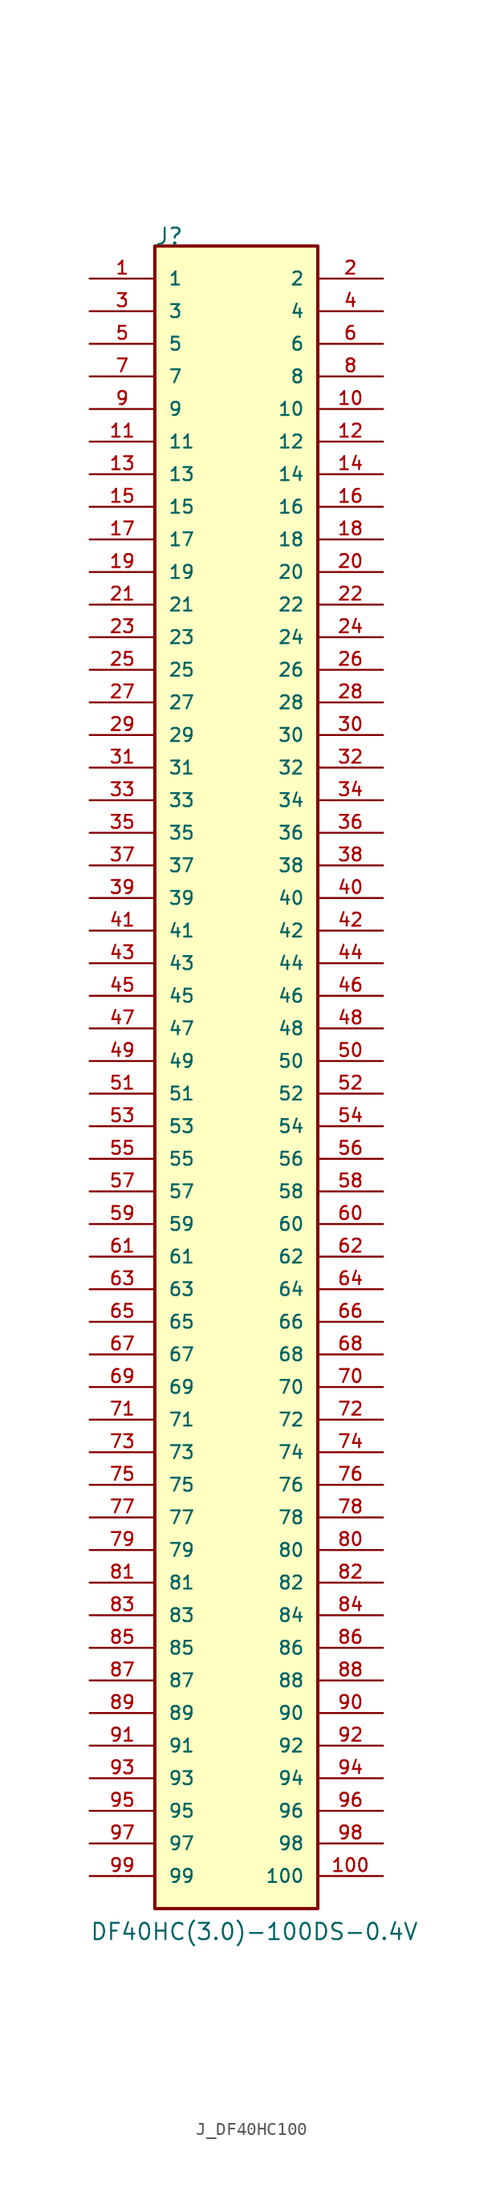
<source format=kicad_sym>
(kicad_symbol_lib
  (version 20220914)
  (generator kicad_symbol_editor)
  (symbol "J_DF40HC100"
    (pin_names
      (offset 1.016))
    (property "Reference" "J"
      (at 0 2.54 0)
      (effects (font (size 1.27 1.27)) (justify left bottom)))
    (property "Value" "DF40HC(3.0)-100DS-0.4V"
      (at -5.08 -129.54 0)
      (effects (font (size 1.27 1.27)) (justify left bottom)))
    (symbol "J_DF40HC100_0_0"
      (rectangle (start 0 2.54) (end 12.7 -127) (stroke (width 0.254) (type default)) (fill (type background)))
      (pin bidirectional line (at -5.08 0 0) (length 5.08) (name "1" (effects (font (size 1.016 1.016)))) (number "1" (effects (font (size 1.016 1.016)))))
      (pin bidirectional line (at 17.78 -10.16 180) (length 5.08) (name "10" (effects (font (size 1.016 1.016)))) (number "10" (effects (font (size 1.016 1.016)))))
      (pin bidirectional line (at 17.78 -124.46 180) (length 5.08) (name "100" (effects (font (size 1.016 1.016)))) (number "100" (effects (font (size 1.016 1.016)))))
      (pin bidirectional line (at -5.08 -12.7 0) (length 5.08) (name "11" (effects (font (size 1.016 1.016)))) (number "11" (effects (font (size 1.016 1.016)))))
      (pin bidirectional line (at 17.78 -12.7 180) (length 5.08) (name "12" (effects (font (size 1.016 1.016)))) (number "12" (effects (font (size 1.016 1.016)))))
      (pin bidirectional line (at -5.08 -15.24 0) (length 5.08) (name "13" (effects (font (size 1.016 1.016)))) (number "13" (effects (font (size 1.016 1.016)))))
      (pin bidirectional line (at 17.78 -15.24 180) (length 5.08) (name "14" (effects (font (size 1.016 1.016)))) (number "14" (effects (font (size 1.016 1.016)))))
      (pin bidirectional line (at -5.08 -17.78 0) (length 5.08) (name "15" (effects (font (size 1.016 1.016)))) (number "15" (effects (font (size 1.016 1.016)))))
      (pin bidirectional line (at 17.78 -17.78 180) (length 5.08) (name "16" (effects (font (size 1.016 1.016)))) (number "16" (effects (font (size 1.016 1.016)))))
      (pin bidirectional line (at -5.08 -20.32 0) (length 5.08) (name "17" (effects (font (size 1.016 1.016)))) (number "17" (effects (font (size 1.016 1.016)))))
      (pin bidirectional line (at 17.78 -20.32 180) (length 5.08) (name "18" (effects (font (size 1.016 1.016)))) (number "18" (effects (font (size 1.016 1.016)))))
      (pin bidirectional line (at -5.08 -22.86 0) (length 5.08) (name "19" (effects (font (size 1.016 1.016)))) (number "19" (effects (font (size 1.016 1.016)))))
      (pin bidirectional line (at 17.78 0 180) (length 5.08) (name "2" (effects (font (size 1.016 1.016)))) (number "2" (effects (font (size 1.016 1.016)))))
      (pin bidirectional line (at 17.78 -22.86 180) (length 5.08) (name "20" (effects (font (size 1.016 1.016)))) (number "20" (effects (font (size 1.016 1.016)))))
      (pin bidirectional line (at -5.08 -25.4 0) (length 5.08) (name "21" (effects (font (size 1.016 1.016)))) (number "21" (effects (font (size 1.016 1.016)))))
      (pin bidirectional line (at 17.78 -25.4 180) (length 5.08) (name "22" (effects (font (size 1.016 1.016)))) (number "22" (effects (font (size 1.016 1.016)))))
      (pin bidirectional line (at -5.08 -27.94 0) (length 5.08) (name "23" (effects (font (size 1.016 1.016)))) (number "23" (effects (font (size 1.016 1.016)))))
      (pin bidirectional line (at 17.78 -27.94 180) (length 5.08) (name "24" (effects (font (size 1.016 1.016)))) (number "24" (effects (font (size 1.016 1.016)))))
      (pin bidirectional line (at -5.08 -30.48 0) (length 5.08) (name "25" (effects (font (size 1.016 1.016)))) (number "25" (effects (font (size 1.016 1.016)))))
      (pin bidirectional line (at 17.78 -30.48 180) (length 5.08) (name "26" (effects (font (size 1.016 1.016)))) (number "26" (effects (font (size 1.016 1.016)))))
      (pin bidirectional line (at -5.08 -33.02 0) (length 5.08) (name "27" (effects (font (size 1.016 1.016)))) (number "27" (effects (font (size 1.016 1.016)))))
      (pin bidirectional line (at 17.78 -33.02 180) (length 5.08) (name "28" (effects (font (size 1.016 1.016)))) (number "28" (effects (font (size 1.016 1.016)))))
      (pin bidirectional line (at -5.08 -35.56 0) (length 5.08) (name "29" (effects (font (size 1.016 1.016)))) (number "29" (effects (font (size 1.016 1.016)))))
      (pin bidirectional line (at -5.08 -2.54 0) (length 5.08) (name "3" (effects (font (size 1.016 1.016)))) (number "3" (effects (font (size 1.016 1.016)))))
      (pin bidirectional line (at 17.78 -35.56 180) (length 5.08) (name "30" (effects (font (size 1.016 1.016)))) (number "30" (effects (font (size 1.016 1.016)))))
      (pin bidirectional line (at -5.08 -38.1 0) (length 5.08) (name "31" (effects (font (size 1.016 1.016)))) (number "31" (effects (font (size 1.016 1.016)))))
      (pin bidirectional line (at 17.78 -38.1 180) (length 5.08) (name "32" (effects (font (size 1.016 1.016)))) (number "32" (effects (font (size 1.016 1.016)))))
      (pin bidirectional line (at -5.08 -40.64 0) (length 5.08) (name "33" (effects (font (size 1.016 1.016)))) (number "33" (effects (font (size 1.016 1.016)))))
      (pin bidirectional line (at 17.78 -40.64 180) (length 5.08) (name "34" (effects (font (size 1.016 1.016)))) (number "34" (effects (font (size 1.016 1.016)))))
      (pin bidirectional line (at -5.08 -43.18 0) (length 5.08) (name "35" (effects (font (size 1.016 1.016)))) (number "35" (effects (font (size 1.016 1.016)))))
      (pin bidirectional line (at 17.78 -43.18 180) (length 5.08) (name "36" (effects (font (size 1.016 1.016)))) (number "36" (effects (font (size 1.016 1.016)))))
      (pin bidirectional line (at -5.08 -45.72 0) (length 5.08) (name "37" (effects (font (size 1.016 1.016)))) (number "37" (effects (font (size 1.016 1.016)))))
      (pin bidirectional line (at 17.78 -45.72 180) (length 5.08) (name "38" (effects (font (size 1.016 1.016)))) (number "38" (effects (font (size 1.016 1.016)))))
      (pin bidirectional line (at -5.08 -48.26 0) (length 5.08) (name "39" (effects (font (size 1.016 1.016)))) (number "39" (effects (font (size 1.016 1.016)))))
      (pin bidirectional line (at 17.78 -2.54 180) (length 5.08) (name "4" (effects (font (size 1.016 1.016)))) (number "4" (effects (font (size 1.016 1.016)))))
      (pin bidirectional line (at 17.78 -48.26 180) (length 5.08) (name "40" (effects (font (size 1.016 1.016)))) (number "40" (effects (font (size 1.016 1.016)))))
      (pin bidirectional line (at -5.08 -50.8 0) (length 5.08) (name "41" (effects (font (size 1.016 1.016)))) (number "41" (effects (font (size 1.016 1.016)))))
      (pin bidirectional line (at 17.78 -50.8 180) (length 5.08) (name "42" (effects (font (size 1.016 1.016)))) (number "42" (effects (font (size 1.016 1.016)))))
      (pin bidirectional line (at -5.08 -53.34 0) (length 5.08) (name "43" (effects (font (size 1.016 1.016)))) (number "43" (effects (font (size 1.016 1.016)))))
      (pin bidirectional line (at 17.78 -53.34 180) (length 5.08) (name "44" (effects (font (size 1.016 1.016)))) (number "44" (effects (font (size 1.016 1.016)))))
      (pin bidirectional line (at -5.08 -55.88 0) (length 5.08) (name "45" (effects (font (size 1.016 1.016)))) (number "45" (effects (font (size 1.016 1.016)))))
      (pin bidirectional line (at 17.78 -55.88 180) (length 5.08) (name "46" (effects (font (size 1.016 1.016)))) (number "46" (effects (font (size 1.016 1.016)))))
      (pin bidirectional line (at -5.08 -58.42 0) (length 5.08) (name "47" (effects (font (size 1.016 1.016)))) (number "47" (effects (font (size 1.016 1.016)))))
      (pin bidirectional line (at 17.78 -58.42 180) (length 5.08) (name "48" (effects (font (size 1.016 1.016)))) (number "48" (effects (font (size 1.016 1.016)))))
      (pin bidirectional line (at -5.08 -60.96 0) (length 5.08) (name "49" (effects (font (size 1.016 1.016)))) (number "49" (effects (font (size 1.016 1.016)))))
      (pin bidirectional line (at -5.08 -5.08 0) (length 5.08) (name "5" (effects (font (size 1.016 1.016)))) (number "5" (effects (font (size 1.016 1.016)))))
      (pin bidirectional line (at 17.78 -60.96 180) (length 5.08) (name "50" (effects (font (size 1.016 1.016)))) (number "50" (effects (font (size 1.016 1.016)))))
      (pin bidirectional line (at -5.08 -63.5 0) (length 5.08) (name "51" (effects (font (size 1.016 1.016)))) (number "51" (effects (font (size 1.016 1.016)))))
      (pin bidirectional line (at 17.78 -63.5 180) (length 5.08) (name "52" (effects (font (size 1.016 1.016)))) (number "52" (effects (font (size 1.016 1.016)))))
      (pin bidirectional line (at -5.08 -66.04 0) (length 5.08) (name "53" (effects (font (size 1.016 1.016)))) (number "53" (effects (font (size 1.016 1.016)))))
      (pin bidirectional line (at 17.78 -66.04 180) (length 5.08) (name "54" (effects (font (size 1.016 1.016)))) (number "54" (effects (font (size 1.016 1.016)))))
      (pin bidirectional line (at -5.08 -68.58 0) (length 5.08) (name "55" (effects (font (size 1.016 1.016)))) (number "55" (effects (font (size 1.016 1.016)))))
      (pin bidirectional line (at 17.78 -68.58 180) (length 5.08) (name "56" (effects (font (size 1.016 1.016)))) (number "56" (effects (font (size 1.016 1.016)))))
      (pin bidirectional line (at -5.08 -71.12 0) (length 5.08) (name "57" (effects (font (size 1.016 1.016)))) (number "57" (effects (font (size 1.016 1.016)))))
      (pin bidirectional line (at 17.78 -71.12 180) (length 5.08) (name "58" (effects (font (size 1.016 1.016)))) (number "58" (effects (font (size 1.016 1.016)))))
      (pin bidirectional line (at -5.08 -73.66 0) (length 5.08) (name "59" (effects (font (size 1.016 1.016)))) (number "59" (effects (font (size 1.016 1.016)))))
      (pin bidirectional line (at 17.78 -5.08 180) (length 5.08) (name "6" (effects (font (size 1.016 1.016)))) (number "6" (effects (font (size 1.016 1.016)))))
      (pin bidirectional line (at 17.78 -73.66 180) (length 5.08) (name "60" (effects (font (size 1.016 1.016)))) (number "60" (effects (font (size 1.016 1.016)))))
      (pin bidirectional line (at -5.08 -76.2 0) (length 5.08) (name "61" (effects (font (size 1.016 1.016)))) (number "61" (effects (font (size 1.016 1.016)))))
      (pin bidirectional line (at 17.78 -76.2 180) (length 5.08) (name "62" (effects (font (size 1.016 1.016)))) (number "62" (effects (font (size 1.016 1.016)))))
      (pin bidirectional line (at -5.08 -78.74 0) (length 5.08) (name "63" (effects (font (size 1.016 1.016)))) (number "63" (effects (font (size 1.016 1.016)))))
      (pin bidirectional line (at 17.78 -78.74 180) (length 5.08) (name "64" (effects (font (size 1.016 1.016)))) (number "64" (effects (font (size 1.016 1.016)))))
      (pin bidirectional line (at -5.08 -81.28 0) (length 5.08) (name "65" (effects (font (size 1.016 1.016)))) (number "65" (effects (font (size 1.016 1.016)))))
      (pin bidirectional line (at 17.78 -81.28 180) (length 5.08) (name "66" (effects (font (size 1.016 1.016)))) (number "66" (effects (font (size 1.016 1.016)))))
      (pin bidirectional line (at -5.08 -83.82 0) (length 5.08) (name "67" (effects (font (size 1.016 1.016)))) (number "67" (effects (font (size 1.016 1.016)))))
      (pin bidirectional line (at 17.78 -83.82 180) (length 5.08) (name "68" (effects (font (size 1.016 1.016)))) (number "68" (effects (font (size 1.016 1.016)))))
      (pin bidirectional line (at -5.08 -86.36 0) (length 5.08) (name "69" (effects (font (size 1.016 1.016)))) (number "69" (effects (font (size 1.016 1.016)))))
      (pin bidirectional line (at -5.08 -7.62 0) (length 5.08) (name "7" (effects (font (size 1.016 1.016)))) (number "7" (effects (font (size 1.016 1.016)))))
      (pin bidirectional line (at 17.78 -86.36 180) (length 5.08) (name "70" (effects (font (size 1.016 1.016)))) (number "70" (effects (font (size 1.016 1.016)))))
      (pin bidirectional line (at -5.08 -88.9 0) (length 5.08) (name "71" (effects (font (size 1.016 1.016)))) (number "71" (effects (font (size 1.016 1.016)))))
      (pin bidirectional line (at 17.78 -88.9 180) (length 5.08) (name "72" (effects (font (size 1.016 1.016)))) (number "72" (effects (font (size 1.016 1.016)))))
      (pin bidirectional line (at -5.08 -91.44 0) (length 5.08) (name "73" (effects (font (size 1.016 1.016)))) (number "73" (effects (font (size 1.016 1.016)))))
      (pin bidirectional line (at 17.78 -91.44 180) (length 5.08) (name "74" (effects (font (size 1.016 1.016)))) (number "74" (effects (font (size 1.016 1.016)))))
      (pin bidirectional line (at -5.08 -93.98 0) (length 5.08) (name "75" (effects (font (size 1.016 1.016)))) (number "75" (effects (font (size 1.016 1.016)))))
      (pin bidirectional line (at 17.78 -93.98 180) (length 5.08) (name "76" (effects (font (size 1.016 1.016)))) (number "76" (effects (font (size 1.016 1.016)))))
      (pin bidirectional line (at -5.08 -96.52 0) (length 5.08) (name "77" (effects (font (size 1.016 1.016)))) (number "77" (effects (font (size 1.016 1.016)))))
      (pin bidirectional line (at 17.78 -96.52 180) (length 5.08) (name "78" (effects (font (size 1.016 1.016)))) (number "78" (effects (font (size 1.016 1.016)))))
      (pin bidirectional line (at -5.08 -99.06 0) (length 5.08) (name "79" (effects (font (size 1.016 1.016)))) (number "79" (effects (font (size 1.016 1.016)))))
      (pin bidirectional line (at 17.78 -7.62 180) (length 5.08) (name "8" (effects (font (size 1.016 1.016)))) (number "8" (effects (font (size 1.016 1.016)))))
      (pin bidirectional line (at 17.78 -99.06 180) (length 5.08) (name "80" (effects (font (size 1.016 1.016)))) (number "80" (effects (font (size 1.016 1.016)))))
      (pin bidirectional line (at -5.08 -101.6 0) (length 5.08) (name "81" (effects (font (size 1.016 1.016)))) (number "81" (effects (font (size 1.016 1.016)))))
      (pin bidirectional line (at 17.78 -101.6 180) (length 5.08) (name "82" (effects (font (size 1.016 1.016)))) (number "82" (effects (font (size 1.016 1.016)))))
      (pin bidirectional line (at -5.08 -104.14 0) (length 5.08) (name "83" (effects (font (size 1.016 1.016)))) (number "83" (effects (font (size 1.016 1.016)))))
      (pin bidirectional line (at 17.78 -104.14 180) (length 5.08) (name "84" (effects (font (size 1.016 1.016)))) (number "84" (effects (font (size 1.016 1.016)))))
      (pin bidirectional line (at -5.08 -106.68 0) (length 5.08) (name "85" (effects (font (size 1.016 1.016)))) (number "85" (effects (font (size 1.016 1.016)))))
      (pin bidirectional line (at 17.78 -106.68 180) (length 5.08) (name "86" (effects (font (size 1.016 1.016)))) (number "86" (effects (font (size 1.016 1.016)))))
      (pin bidirectional line (at -5.08 -109.22 0) (length 5.08) (name "87" (effects (font (size 1.016 1.016)))) (number "87" (effects (font (size 1.016 1.016)))))
      (pin bidirectional line (at 17.78 -109.22 180) (length 5.08) (name "88" (effects (font (size 1.016 1.016)))) (number "88" (effects (font (size 1.016 1.016)))))
      (pin bidirectional line (at -5.08 -111.76 0) (length 5.08) (name "89" (effects (font (size 1.016 1.016)))) (number "89" (effects (font (size 1.016 1.016)))))
      (pin bidirectional line (at -5.08 -10.16 0) (length 5.08) (name "9" (effects (font (size 1.016 1.016)))) (number "9" (effects (font (size 1.016 1.016)))))
      (pin bidirectional line (at 17.78 -111.76 180) (length 5.08) (name "90" (effects (font (size 1.016 1.016)))) (number "90" (effects (font (size 1.016 1.016)))))
      (pin bidirectional line (at -5.08 -114.3 0) (length 5.08) (name "91" (effects (font (size 1.016 1.016)))) (number "91" (effects (font (size 1.016 1.016)))))
      (pin bidirectional line (at 17.78 -114.3 180) (length 5.08) (name "92" (effects (font (size 1.016 1.016)))) (number "92" (effects (font (size 1.016 1.016)))))
      (pin bidirectional line (at -5.08 -116.84 0) (length 5.08) (name "93" (effects (font (size 1.016 1.016)))) (number "93" (effects (font (size 1.016 1.016)))))
      (pin bidirectional line (at 17.78 -116.84 180) (length 5.08) (name "94" (effects (font (size 1.016 1.016)))) (number "94" (effects (font (size 1.016 1.016)))))
      (pin bidirectional line (at -5.08 -119.38 0) (length 5.08) (name "95" (effects (font (size 1.016 1.016)))) (number "95" (effects (font (size 1.016 1.016)))))
      (pin bidirectional line (at 17.78 -119.38 180) (length 5.08) (name "96" (effects (font (size 1.016 1.016)))) (number "96" (effects (font (size 1.016 1.016)))))
      (pin bidirectional line (at -5.08 -121.92 0) (length 5.08) (name "97" (effects (font (size 1.016 1.016)))) (number "97" (effects (font (size 1.016 1.016)))))
      (pin bidirectional line (at 17.78 -121.92 180) (length 5.08) (name "98" (effects (font (size 1.016 1.016)))) (number "98" (effects (font (size 1.016 1.016)))))
      (pin bidirectional line (at -5.08 -124.46 0) (length 5.08) (name "99" (effects (font (size 1.016 1.016)))) (number "99" (effects (font (size 1.016 1.016))))))))
</source>
